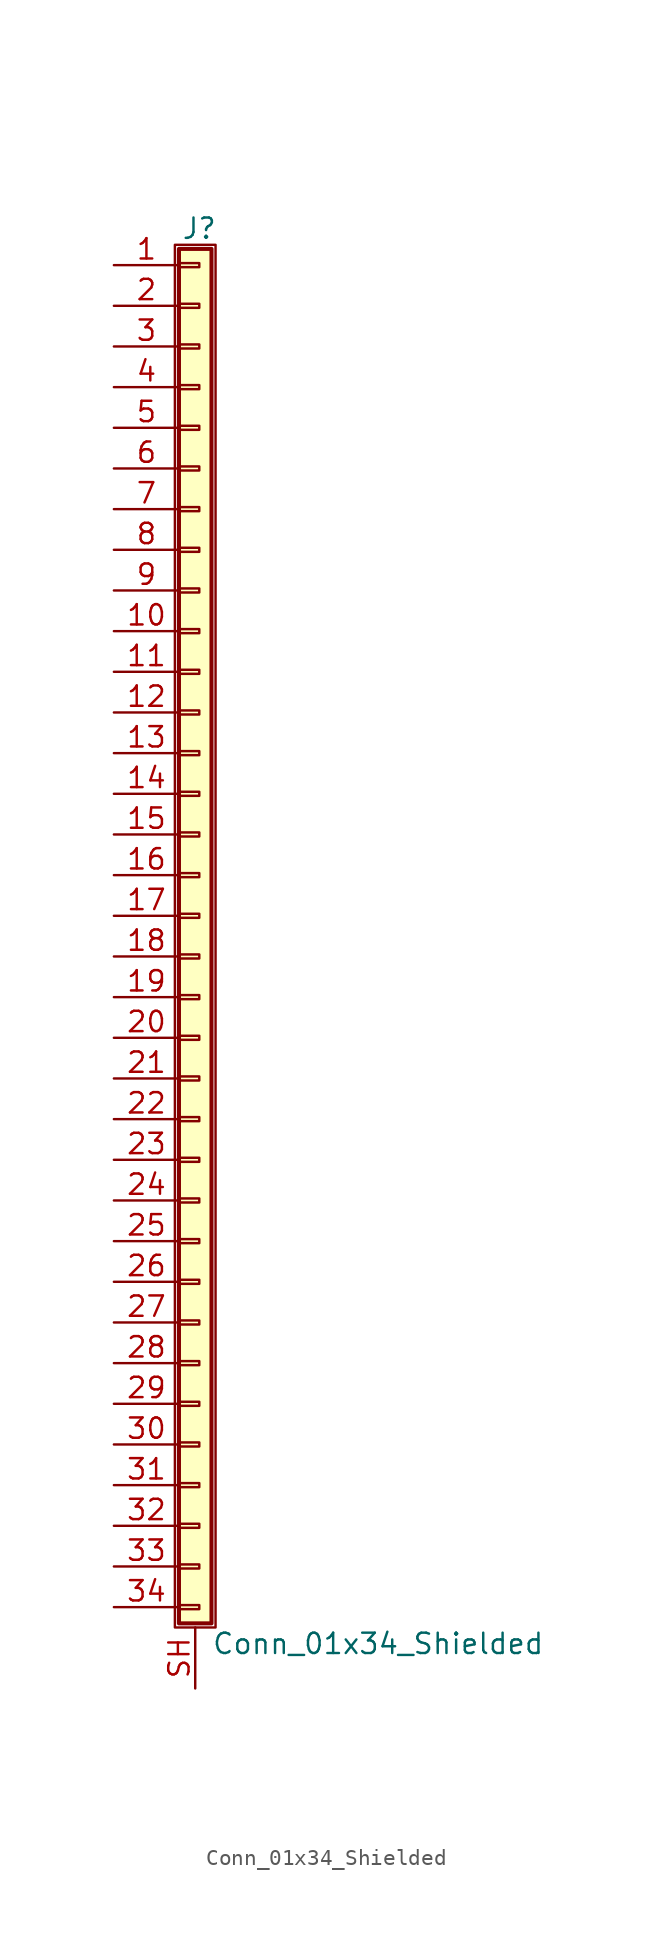
<source format=kicad_sym>
(kicad_symbol_lib
  (version 20201005)
  (generator kicad_symbol_editor)
  (symbol "Conn_01x34_Shielded"
    (pin_names
      (offset 1.016) hide)
    (property "Reference" "J"
      (at 0.254 42.926 0)
      (effects (font (size 1.27 1.27))))
    (property "Value" "Conn_01x34_Shielded"
      (at 1.016 -45.466 0)
      (effects (font (size 1.27 1.27)) (justify left)))
    (symbol "Conn_01x34_Shielded_1_1"
      (rectangle (start -1.27 41.91) (end 1.27 -44.45) (stroke (width 0.152)) (fill (type none)))
      (rectangle (start -1.016 -43.053) (end 0.254 -43.307) (stroke (width 0.152)) (fill (type none)))
      (rectangle (start -1.016 -40.513) (end 0.254 -40.767) (stroke (width 0.152)) (fill (type none)))
      (rectangle (start -1.016 -37.973) (end 0.254 -38.227) (stroke (width 0.152)) (fill (type none)))
      (rectangle (start -1.016 -35.433) (end 0.254 -35.687) (stroke (width 0.152)) (fill (type none)))
      (rectangle (start -1.016 -32.893) (end 0.254 -33.147) (stroke (width 0.152)) (fill (type none)))
      (rectangle (start -1.016 -30.353) (end 0.254 -30.607) (stroke (width 0.152)) (fill (type none)))
      (rectangle (start -1.016 -27.813) (end 0.254 -28.067) (stroke (width 0.152)) (fill (type none)))
      (rectangle (start -1.016 -25.273) (end 0.254 -25.527) (stroke (width 0.152)) (fill (type none)))
      (rectangle (start -1.016 -22.733) (end 0.254 -22.987) (stroke (width 0.152)) (fill (type none)))
      (rectangle (start -1.016 -20.193) (end 0.254 -20.447) (stroke (width 0.152)) (fill (type none)))
      (rectangle (start -1.016 -17.653) (end 0.254 -17.907) (stroke (width 0.152)) (fill (type none)))
      (rectangle (start -1.016 -15.113) (end 0.254 -15.367) (stroke (width 0.152)) (fill (type none)))
      (rectangle (start -1.016 -12.573) (end 0.254 -12.827) (stroke (width 0.152)) (fill (type none)))
      (rectangle (start -1.016 -10.033) (end 0.254 -10.287) (stroke (width 0.152)) (fill (type none)))
      (rectangle (start -1.016 -7.493) (end 0.254 -7.747) (stroke (width 0.152)) (fill (type none)))
      (rectangle (start -1.016 -4.953) (end 0.254 -5.207) (stroke (width 0.152)) (fill (type none)))
      (rectangle (start -1.016 -2.413) (end 0.254 -2.667) (stroke (width 0.152)) (fill (type none)))
      (rectangle (start -1.016 0.127) (end 0.254 -0.127) (stroke (width 0.152)) (fill (type none)))
      (rectangle (start -1.016 2.667) (end 0.254 2.413) (stroke (width 0.152)) (fill (type none)))
      (rectangle (start -1.016 5.207) (end 0.254 4.953) (stroke (width 0.152)) (fill (type none)))
      (rectangle (start -1.016 7.747) (end 0.254 7.493) (stroke (width 0.152)) (fill (type none)))
      (rectangle (start -1.016 10.287) (end 0.254 10.033) (stroke (width 0.152)) (fill (type none)))
      (rectangle (start -1.016 12.827) (end 0.254 12.573) (stroke (width 0.152)) (fill (type none)))
      (rectangle (start -1.016 15.367) (end 0.254 15.113) (stroke (width 0.152)) (fill (type none)))
      (rectangle (start -1.016 17.907) (end 0.254 17.653) (stroke (width 0.152)) (fill (type none)))
      (rectangle (start -1.016 20.447) (end 0.254 20.193) (stroke (width 0.152)) (fill (type none)))
      (rectangle (start -1.016 22.987) (end 0.254 22.733) (stroke (width 0.152)) (fill (type none)))
      (rectangle (start -1.016 25.527) (end 0.254 25.273) (stroke (width 0.152)) (fill (type none)))
      (rectangle (start -1.016 28.067) (end 0.254 27.813) (stroke (width 0.152)) (fill (type none)))
      (rectangle (start -1.016 30.607) (end 0.254 30.353) (stroke (width 0.152)) (fill (type none)))
      (rectangle (start -1.016 33.147) (end 0.254 32.893) (stroke (width 0.152)) (fill (type none)))
      (rectangle (start -1.016 35.687) (end 0.254 35.433) (stroke (width 0.152)) (fill (type none)))
      (rectangle (start -1.016 38.227) (end 0.254 37.973) (stroke (width 0.152)) (fill (type none)))
      (rectangle (start -1.016 40.767) (end 0.254 40.513) (stroke (width 0.152)) (fill (type none)))
      (rectangle (start -1.016 41.656) (end 1.016 -44.196) (stroke (width 0.254)) (fill (type background)))
      (pin passive line (at -5.08 40.64 0) (length 4.064) (name "Pin_1" (effects (font (size 1.27 1.27)))) (number "1" (effects (font (size 1.27 1.27)))))
      (pin passive line (at -5.08 17.78 0) (length 4.064) (name "Pin_10" (effects (font (size 1.27 1.27)))) (number "10" (effects (font (size 1.27 1.27)))))
      (pin passive line (at -5.08 15.24 0) (length 4.064) (name "Pin_11" (effects (font (size 1.27 1.27)))) (number "11" (effects (font (size 1.27 1.27)))))
      (pin passive line (at -5.08 12.7 0) (length 4.064) (name "Pin_12" (effects (font (size 1.27 1.27)))) (number "12" (effects (font (size 1.27 1.27)))))
      (pin passive line (at -5.08 10.16 0) (length 4.064) (name "Pin_13" (effects (font (size 1.27 1.27)))) (number "13" (effects (font (size 1.27 1.27)))))
      (pin passive line (at -5.08 7.62 0) (length 4.064) (name "Pin_14" (effects (font (size 1.27 1.27)))) (number "14" (effects (font (size 1.27 1.27)))))
      (pin passive line (at -5.08 5.08 0) (length 4.064) (name "Pin_15" (effects (font (size 1.27 1.27)))) (number "15" (effects (font (size 1.27 1.27)))))
      (pin passive line (at -5.08 2.54 0) (length 4.064) (name "Pin_16" (effects (font (size 1.27 1.27)))) (number "16" (effects (font (size 1.27 1.27)))))
      (pin passive line (at -5.08 0 0) (length 4.064) (name "Pin_17" (effects (font (size 1.27 1.27)))) (number "17" (effects (font (size 1.27 1.27)))))
      (pin passive line (at -5.08 -2.54 0) (length 4.064) (name "Pin_18" (effects (font (size 1.27 1.27)))) (number "18" (effects (font (size 1.27 1.27)))))
      (pin passive line (at -5.08 -5.08 0) (length 4.064) (name "Pin_19" (effects (font (size 1.27 1.27)))) (number "19" (effects (font (size 1.27 1.27)))))
      (pin passive line (at -5.08 38.1 0) (length 4.064) (name "Pin_2" (effects (font (size 1.27 1.27)))) (number "2" (effects (font (size 1.27 1.27)))))
      (pin passive line (at -5.08 -7.62 0) (length 4.064) (name "Pin_20" (effects (font (size 1.27 1.27)))) (number "20" (effects (font (size 1.27 1.27)))))
      (pin passive line (at -5.08 -10.16 0) (length 4.064) (name "Pin_21" (effects (font (size 1.27 1.27)))) (number "21" (effects (font (size 1.27 1.27)))))
      (pin passive line (at -5.08 -12.7 0) (length 4.064) (name "Pin_22" (effects (font (size 1.27 1.27)))) (number "22" (effects (font (size 1.27 1.27)))))
      (pin passive line (at -5.08 -15.24 0) (length 4.064) (name "Pin_23" (effects (font (size 1.27 1.27)))) (number "23" (effects (font (size 1.27 1.27)))))
      (pin passive line (at -5.08 -17.78 0) (length 4.064) (name "Pin_24" (effects (font (size 1.27 1.27)))) (number "24" (effects (font (size 1.27 1.27)))))
      (pin passive line (at -5.08 -20.32 0) (length 4.064) (name "Pin_25" (effects (font (size 1.27 1.27)))) (number "25" (effects (font (size 1.27 1.27)))))
      (pin passive line (at -5.08 -22.86 0) (length 4.064) (name "Pin_26" (effects (font (size 1.27 1.27)))) (number "26" (effects (font (size 1.27 1.27)))))
      (pin passive line (at -5.08 -25.4 0) (length 4.064) (name "Pin_27" (effects (font (size 1.27 1.27)))) (number "27" (effects (font (size 1.27 1.27)))))
      (pin passive line (at -5.08 -27.94 0) (length 4.064) (name "Pin_28" (effects (font (size 1.27 1.27)))) (number "28" (effects (font (size 1.27 1.27)))))
      (pin passive line (at -5.08 -30.48 0) (length 4.064) (name "Pin_29" (effects (font (size 1.27 1.27)))) (number "29" (effects (font (size 1.27 1.27)))))
      (pin passive line (at -5.08 35.56 0) (length 4.064) (name "Pin_3" (effects (font (size 1.27 1.27)))) (number "3" (effects (font (size 1.27 1.27)))))
      (pin passive line (at -5.08 -33.02 0) (length 4.064) (name "Pin_30" (effects (font (size 1.27 1.27)))) (number "30" (effects (font (size 1.27 1.27)))))
      (pin passive line (at -5.08 -35.56 0) (length 4.064) (name "Pin_31" (effects (font (size 1.27 1.27)))) (number "31" (effects (font (size 1.27 1.27)))))
      (pin passive line (at -5.08 -38.1 0) (length 4.064) (name "Pin_32" (effects (font (size 1.27 1.27)))) (number "32" (effects (font (size 1.27 1.27)))))
      (pin passive line (at -5.08 -40.64 0) (length 4.064) (name "Pin_33" (effects (font (size 1.27 1.27)))) (number "33" (effects (font (size 1.27 1.27)))))
      (pin passive line (at -5.08 -43.18 0) (length 4.064) (name "Pin_34" (effects (font (size 1.27 1.27)))) (number "34" (effects (font (size 1.27 1.27)))))
      (pin passive line (at -5.08 33.02 0) (length 4.064) (name "Pin_4" (effects (font (size 1.27 1.27)))) (number "4" (effects (font (size 1.27 1.27)))))
      (pin passive line (at -5.08 30.48 0) (length 4.064) (name "Pin_5" (effects (font (size 1.27 1.27)))) (number "5" (effects (font (size 1.27 1.27)))))
      (pin passive line (at -5.08 27.94 0) (length 4.064) (name "Pin_6" (effects (font (size 1.27 1.27)))) (number "6" (effects (font (size 1.27 1.27)))))
      (pin passive line (at -5.08 25.4 0) (length 4.064) (name "Pin_7" (effects (font (size 1.27 1.27)))) (number "7" (effects (font (size 1.27 1.27)))))
      (pin passive line (at -5.08 22.86 0) (length 4.064) (name "Pin_8" (effects (font (size 1.27 1.27)))) (number "8" (effects (font (size 1.27 1.27)))))
      (pin passive line (at -5.08 20.32 0) (length 4.064) (name "Pin_9" (effects (font (size 1.27 1.27)))) (number "9" (effects (font (size 1.27 1.27)))))
      (pin passive line (at 0 -48.26 90) (length 3.81) (name "Shield" (effects (font (size 1.27 1.27)))) (number "SH" (effects (font (size 1.27 1.27))))))))
</source>
